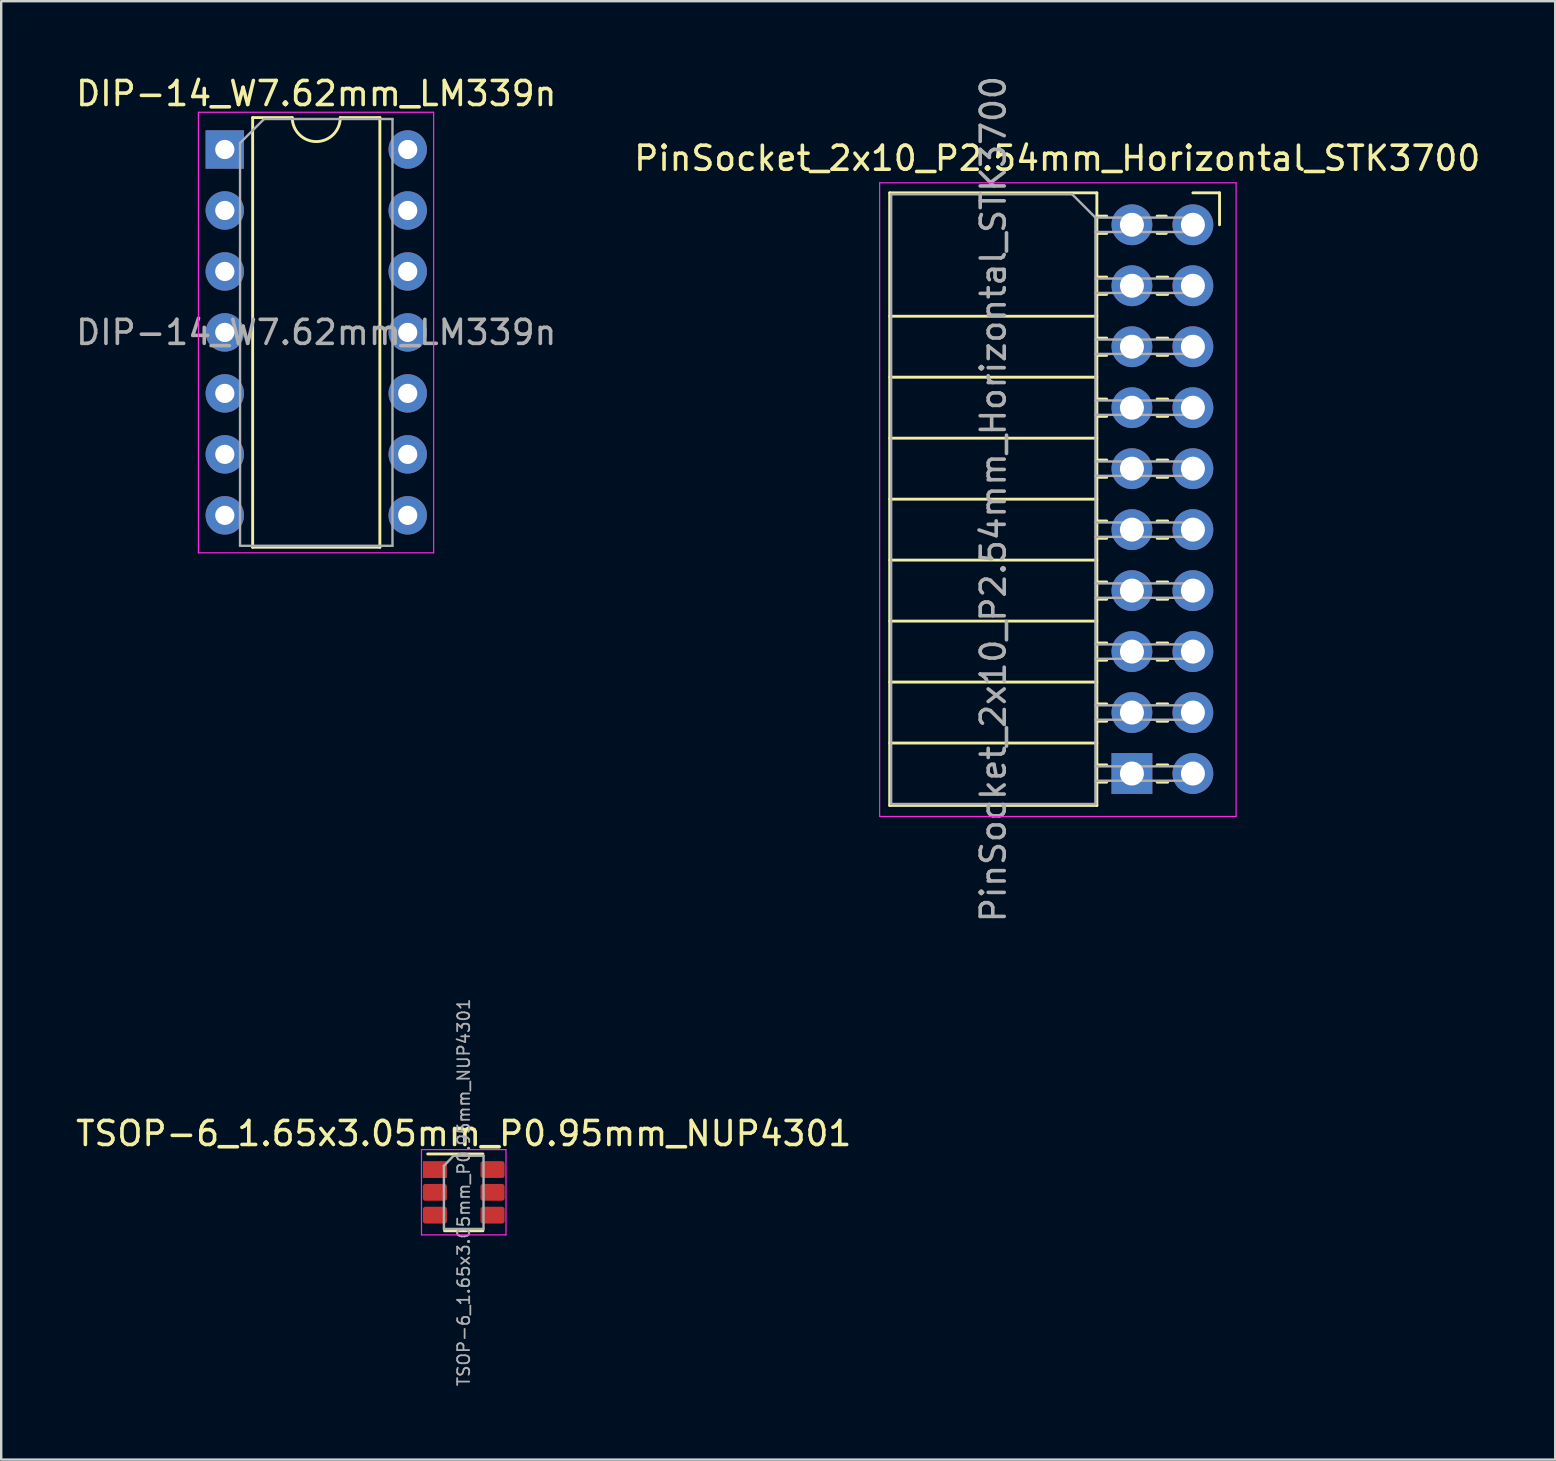
<source format=kicad_pcb>
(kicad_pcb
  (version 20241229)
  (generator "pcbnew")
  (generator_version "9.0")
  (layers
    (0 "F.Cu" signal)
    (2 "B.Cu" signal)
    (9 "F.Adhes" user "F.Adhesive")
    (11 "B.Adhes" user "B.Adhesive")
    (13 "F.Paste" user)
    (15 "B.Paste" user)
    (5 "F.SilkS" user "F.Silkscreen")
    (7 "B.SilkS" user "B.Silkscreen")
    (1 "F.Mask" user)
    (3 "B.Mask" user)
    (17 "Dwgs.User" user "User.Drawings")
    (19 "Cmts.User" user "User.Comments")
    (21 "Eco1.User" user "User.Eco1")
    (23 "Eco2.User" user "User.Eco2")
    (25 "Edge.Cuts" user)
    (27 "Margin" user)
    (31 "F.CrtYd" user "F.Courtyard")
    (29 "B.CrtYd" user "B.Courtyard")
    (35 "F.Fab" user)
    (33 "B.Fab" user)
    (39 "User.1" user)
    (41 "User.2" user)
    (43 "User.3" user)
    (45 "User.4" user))
  (footprint "DIP-14_W7.62mm_LM339n"
    (layer "F.Cu")
    (at 6.315 3.178)
    (property "Reference" "DIP-14_W7.62mm_LM339n" (at 3.81 -2.33 0) (layer "F.SilkS") (effects (font (size 1 1) (thickness 0.15))))
    (attr through_hole)
    (fp_line (start 1.16 -1.33) (end 1.16 16.57) (stroke (width 0.12) (type solid)) (layer "F.SilkS"))
    (fp_line (start 1.16 16.57) (end 6.46 16.57) (stroke (width 0.12) (type solid)) (layer "F.SilkS"))
    (fp_line (start 2.81 -1.33) (end 1.16 -1.33) (stroke (width 0.12) (type solid)) (layer "F.SilkS"))
    (fp_line (start 6.46 -1.33) (end 4.81 -1.33) (stroke (width 0.12) (type solid)) (layer "F.SilkS"))
    (fp_line (start 6.46 16.57) (end 6.46 -1.33) (stroke (width 0.12) (type solid)) (layer "F.SilkS"))
    (fp_arc (start 4.81 -1.33) (mid 3.81 -0.33) (end 2.81 -1.33) (stroke (width 0.12) (type solid)) (layer "F.SilkS"))
    (fp_line (start -1.1 -1.55) (end -1.1 16.8) (stroke (width 0.05) (type solid)) (layer "F.CrtYd"))
    (fp_line (start -1.1 16.8) (end 8.7 16.8) (stroke (width 0.05) (type solid)) (layer "F.CrtYd"))
    (fp_line (start 8.7 -1.55) (end -1.1 -1.55) (stroke (width 0.05) (type solid)) (layer "F.CrtYd"))
    (fp_line (start 8.7 16.8) (end 8.7 -1.55) (stroke (width 0.05) (type solid)) (layer "F.CrtYd"))
    (fp_line (start 0.635 -0.27) (end 1.635 -1.27) (stroke (width 0.1) (type solid)) (layer "F.Fab"))
    (fp_line (start 0.635 16.51) (end 0.635 -0.27) (stroke (width 0.1) (type solid)) (layer "F.Fab"))
    (fp_line (start 1.635 -1.27) (end 6.985 -1.27) (stroke (width 0.1) (type solid)) (layer "F.Fab"))
    (fp_line (start 6.985 -1.27) (end 6.985 16.51) (stroke (width 0.1) (type solid)) (layer "F.Fab"))
    (fp_line (start 6.985 16.51) (end 0.635 16.51) (stroke (width 0.1) (type solid)) (layer "F.Fab"))
    (fp_text user "${REFERENCE}" (at 3.81 7.62 0) (layer "F.Fab") (effects (font (size 1 1) (thickness 0.15))))
    (pad "1" thru_hole rect (at 0 0) (size 1.6 1.6) (drill 0.8) (layers "*.Cu" "*.Mask"))
    (pad "2" thru_hole oval (at 0 2.54) (size 1.6 1.6) (drill 0.8) (layers "*.Cu" "*.Mask"))
    (pad "3" thru_hole oval (at 0 5.08) (size 1.6 1.6) (drill 0.8) (layers "*.Cu" "*.Mask"))
    (pad "4" thru_hole oval (at 0 7.62) (size 1.6 1.6) (drill 0.8) (layers "*.Cu" "*.Mask"))
    (pad "5" thru_hole oval (at 0 10.16) (size 1.6 1.6) (drill 0.8) (layers "*.Cu" "*.Mask"))
    (pad "6" thru_hole oval (at 0 12.7) (size 1.6 1.6) (drill 0.8) (layers "*.Cu" "*.Mask"))
    (pad "7" thru_hole oval (at 0 15.24) (size 1.6 1.6) (drill 0.8) (layers "*.Cu" "*.Mask"))
    (pad "8" thru_hole oval (at 7.62 15.24) (size 1.6 1.6) (drill 0.8) (layers "*.Cu" "*.Mask"))
    (pad "9" thru_hole oval (at 7.62 12.7) (size 1.6 1.6) (drill 0.8) (layers "*.Cu" "*.Mask"))
    (pad "10" thru_hole oval (at 7.62 10.16) (size 1.6 1.6) (drill 0.8) (layers "*.Cu" "*.Mask"))
    (pad "11" thru_hole oval (at 7.62 7.62) (size 1.6 1.6) (drill 0.8) (layers "*.Cu" "*.Mask"))
    (pad "12" thru_hole oval (at 7.62 5.08) (size 1.6 1.6) (drill 0.8) (layers "*.Cu" "*.Mask"))
    (pad "13" thru_hole oval (at 7.62 2.54) (size 1.6 1.6) (drill 0.8) (layers "*.Cu" "*.Mask"))
    (pad "14" thru_hole oval (at 7.62 0) (size 1.6 1.6) (drill 0.8) (layers "*.Cu" "*.Mask")))
  (footprint "TSOP-6_1.65x3.05mm_P0.95mm_NUP4301"
    (layer "F.Cu")
    (at 16.268 46.622)
    (property "Reference" "TSOP-6_1.65x3.05mm_P0.95mm_NUP4301" (at 0 -2.45 0) (layer "F.SilkS") (effects (font (size 1 1) (thickness 0.15))))
    (attr smd)
    (fp_line (start -0.8 1.6) (end 0.8 1.6) (stroke (width 0.12) (type solid)) (layer "F.SilkS"))
    (fp_line (start 0.8 -1.6) (end -1.5 -1.6) (stroke (width 0.12) (type solid)) (layer "F.SilkS"))
    (fp_line (start -1.76 -1.78) (end -1.76 1.77) (stroke (width 0.05) (type solid)) (layer "F.CrtYd"))
    (fp_line (start -1.76 -1.78) (end 1.76 -1.78) (stroke (width 0.05) (type solid)) (layer "F.CrtYd"))
    (fp_line (start 1.76 1.77) (end -1.76 1.77) (stroke (width 0.05) (type solid)) (layer "F.CrtYd"))
    (fp_line (start 1.76 1.77) (end 1.76 -1.78) (stroke (width 0.05) (type solid)) (layer "F.CrtYd"))
    (fp_line (start -0.825 -1.1) (end -0.825 1.525) (stroke (width 0.1) (type solid)) (layer "F.Fab"))
    (fp_line (start -0.825 -1.1) (end -0.425 -1.525) (stroke (width 0.1) (type solid)) (layer "F.Fab"))
    (fp_line (start 0.825 -1.525) (end -0.425 -1.525) (stroke (width 0.1) (type solid)) (layer "F.Fab"))
    (fp_line (start 0.825 -1.525) (end 0.825 1.525) (stroke (width 0.1) (type solid)) (layer "F.Fab"))
    (fp_line (start 0.825 1.525) (end -0.825 1.525) (stroke (width 0.1) (type solid)) (layer "F.Fab"))
    (fp_text user "${REFERENCE}" (at 0 0 90) (layer "F.Fab") (effects (font (size 0.5 0.5) (thickness 0.075))))
    (pad "1" smd rect (at -1.2 -0.95) (size 1 0.7) (layers "F.Cu" "F.Mask" "F.Paste"))
    (pad "2" smd roundrect (at -1.2 0) (size 1 0.7) (layers "F.Cu" "F.Mask" "F.Paste") (roundrect_rratio 0.143))
    (pad "3" smd roundrect (at -1.2 0.95) (size 1 0.7) (layers "F.Cu" "F.Mask" "F.Paste") (roundrect_rratio 0.143))
    (pad "4" smd roundrect (at 1.2 0.95) (size 1 0.7) (layers "F.Cu" "F.Mask" "F.Paste") (roundrect_rratio 0.143))
    (pad "5" smd roundrect (at 1.2 0) (size 1 0.7) (layers "F.Cu" "F.Mask" "F.Paste") (roundrect_rratio 0.143))
    (pad "6" smd roundrect (at 1.2 -0.95) (size 1 0.7) (layers "F.Cu" "F.Mask" "F.Paste") (roundrect_rratio 0.143)))
  (footprint "PinSocket_2x10_P2.54mm_Horizontal_STK3700"
    (layer "F.Cu")
    (at 46.644 6.314)
    (property "Reference" "PinSocket_2x10_P2.54mm_Horizontal_STK3700" (at -5.65 -2.77 0) (layer "F.SilkS") (effects (font (size 1 1) (thickness 0.15))))
    (attr through_hole)
    (fp_line (start -12.63 -1.33) (end -12.63 24.19) (stroke (width 0.12) (type solid)) (layer "F.SilkS"))
    (fp_line (start -12.63 -1.33) (end -4 -1.33) (stroke (width 0.12) (type solid)) (layer "F.SilkS"))
    (fp_line (start -12.63 3.81) (end -4 3.81) (stroke (width 0.12) (type solid)) (layer "F.SilkS"))
    (fp_line (start -12.63 6.35) (end -4 6.35) (stroke (width 0.12) (type solid)) (layer "F.SilkS"))
    (fp_line (start -12.63 8.89) (end -4 8.89) (stroke (width 0.12) (type solid)) (layer "F.SilkS"))
    (fp_line (start -12.63 11.43) (end -4 11.43) (stroke (width 0.12) (type solid)) (layer "F.SilkS"))
    (fp_line (start -12.63 13.97) (end -4 13.97) (stroke (width 0.12) (type solid)) (layer "F.SilkS"))
    (fp_line (start -12.63 16.51) (end -4 16.51) (stroke (width 0.12) (type solid)) (layer "F.SilkS"))
    (fp_line (start -12.63 19.05) (end -4 19.05) (stroke (width 0.12) (type solid)) (layer "F.SilkS"))
    (fp_line (start -12.63 21.59) (end -4 21.59) (stroke (width 0.12) (type solid)) (layer "F.SilkS"))
    (fp_line (start -12.63 24.19) (end -4 24.19) (stroke (width 0.12) (type solid)) (layer "F.SilkS"))
    (fp_line (start -4 -1.33) (end -4 24.19) (stroke (width 0.12) (type solid)) (layer "F.SilkS"))
    (fp_line (start -4 -0.36) (end -3.59 -0.36) (stroke (width 0.12) (type solid)) (layer "F.SilkS"))
    (fp_line (start -4 0.36) (end -3.59 0.36) (stroke (width 0.12) (type solid)) (layer "F.SilkS"))
    (fp_line (start -4 2.18) (end -3.59 2.18) (stroke (width 0.12) (type solid)) (layer "F.SilkS"))
    (fp_line (start -4 2.9) (end -3.59 2.9) (stroke (width 0.12) (type solid)) (layer "F.SilkS"))
    (fp_line (start -4 4.72) (end -3.59 4.72) (stroke (width 0.12) (type solid)) (layer "F.SilkS"))
    (fp_line (start -4 5.44) (end -3.59 5.44) (stroke (width 0.12) (type solid)) (layer "F.SilkS"))
    (fp_line (start -4 7.26) (end -3.59 7.26) (stroke (width 0.12) (type solid)) (layer "F.SilkS"))
    (fp_line (start -4 7.98) (end -3.59 7.98) (stroke (width 0.12) (type solid)) (layer "F.SilkS"))
    (fp_line (start -4 9.8) (end -3.59 9.8) (stroke (width 0.12) (type solid)) (layer "F.SilkS"))
    (fp_line (start -4 10.52) (end -3.59 10.52) (stroke (width 0.12) (type solid)) (layer "F.SilkS"))
    (fp_line (start -4 12.34) (end -3.59 12.34) (stroke (width 0.12) (type solid)) (layer "F.SilkS"))
    (fp_line (start -4 13.06) (end -3.59 13.06) (stroke (width 0.12) (type solid)) (layer "F.SilkS"))
    (fp_line (start -4 14.88) (end -3.59 14.88) (stroke (width 0.12) (type solid)) (layer "F.SilkS"))
    (fp_line (start -4 15.6) (end -3.59 15.6) (stroke (width 0.12) (type solid)) (layer "F.SilkS"))
    (fp_line (start -4 17.42) (end -3.59 17.42) (stroke (width 0.12) (type solid)) (layer "F.SilkS"))
    (fp_line (start -4 18.14) (end -3.59 18.14) (stroke (width 0.12) (type solid)) (layer "F.SilkS"))
    (fp_line (start -4 19.96) (end -3.59 19.96) (stroke (width 0.12) (type solid)) (layer "F.SilkS"))
    (fp_line (start -4 20.68) (end -3.59 20.68) (stroke (width 0.12) (type solid)) (layer "F.SilkS"))
    (fp_line (start -4 22.5) (end -3.59 22.5) (stroke (width 0.12) (type solid)) (layer "F.SilkS"))
    (fp_line (start -4 23.22) (end -3.59 23.22) (stroke (width 0.12) (type solid)) (layer "F.SilkS"))
    (fp_line (start -1.49 -0.36) (end -1.11 -0.36) (stroke (width 0.12) (type solid)) (layer "F.SilkS"))
    (fp_line (start -1.49 0.36) (end -1.11 0.36) (stroke (width 0.12) (type solid)) (layer "F.SilkS"))
    (fp_line (start -1.49 2.18) (end -1.05 2.18) (stroke (width 0.12) (type solid)) (layer "F.SilkS"))
    (fp_line (start -1.49 2.9) (end -1.05 2.9) (stroke (width 0.12) (type solid)) (layer "F.SilkS"))
    (fp_line (start -1.49 4.72) (end -1.05 4.72) (stroke (width 0.12) (type solid)) (layer "F.SilkS"))
    (fp_line (start -1.49 5.44) (end -1.05 5.44) (stroke (width 0.12) (type solid)) (layer "F.SilkS"))
    (fp_line (start -1.49 7.26) (end -1.05 7.26) (stroke (width 0.12) (type solid)) (layer "F.SilkS"))
    (fp_line (start -1.49 7.98) (end -1.05 7.98) (stroke (width 0.12) (type solid)) (layer "F.SilkS"))
    (fp_line (start -1.49 9.8) (end -1.05 9.8) (stroke (width 0.12) (type solid)) (layer "F.SilkS"))
    (fp_line (start -1.49 10.52) (end -1.05 10.52) (stroke (width 0.12) (type solid)) (layer "F.SilkS"))
    (fp_line (start -1.49 12.34) (end -1.05 12.34) (stroke (width 0.12) (type solid)) (layer "F.SilkS"))
    (fp_line (start -1.49 13.06) (end -1.05 13.06) (stroke (width 0.12) (type solid)) (layer "F.SilkS"))
    (fp_line (start -1.49 14.88) (end -1.05 14.88) (stroke (width 0.12) (type solid)) (layer "F.SilkS"))
    (fp_line (start -1.49 15.6) (end -1.05 15.6) (stroke (width 0.12) (type solid)) (layer "F.SilkS"))
    (fp_line (start -1.49 17.42) (end -1.05 17.42) (stroke (width 0.12) (type solid)) (layer "F.SilkS"))
    (fp_line (start -1.49 18.14) (end -1.05 18.14) (stroke (width 0.12) (type solid)) (layer "F.SilkS"))
    (fp_line (start -1.49 19.96) (end -1.05 19.96) (stroke (width 0.12) (type solid)) (layer "F.SilkS"))
    (fp_line (start -1.49 20.68) (end -1.05 20.68) (stroke (width 0.12) (type solid)) (layer "F.SilkS"))
    (fp_line (start -1.49 22.5) (end -1.05 22.5) (stroke (width 0.12) (type solid)) (layer "F.SilkS"))
    (fp_line (start -1.49 23.22) (end -1.05 23.22) (stroke (width 0.12) (type solid)) (layer "F.SilkS"))
    (fp_line (start 0 -1.33) (end 1.11 -1.33) (stroke (width 0.12) (type solid)) (layer "F.SilkS"))
    (fp_line (start 1.11 -1.33) (end 1.11 0) (stroke (width 0.12) (type solid)) (layer "F.SilkS"))
    (fp_line (start -13.05 -1.75) (end -13.05 24.65) (stroke (width 0.05) (type solid)) (layer "F.CrtYd"))
    (fp_line (start -13.05 24.65) (end 1.8 24.65) (stroke (width 0.05) (type solid)) (layer "F.CrtYd"))
    (fp_line (start 1.8 -1.75) (end -13.05 -1.75) (stroke (width 0.05) (type solid)) (layer "F.CrtYd"))
    (fp_line (start 1.8 24.65) (end 1.8 -1.75) (stroke (width 0.05) (type solid)) (layer "F.CrtYd"))
    (fp_line (start -12.57 -1.27) (end -5.03 -1.27) (stroke (width 0.1) (type solid)) (layer "F.Fab"))
    (fp_line (start -12.57 24.13) (end -12.57 -1.27) (stroke (width 0.1) (type solid)) (layer "F.Fab"))
    (fp_line (start -5.03 -1.27) (end -4.06 -0.3) (stroke (width 0.1) (type solid)) (layer "F.Fab"))
    (fp_line (start -4.06 -0.3) (end -4.06 24.13) (stroke (width 0.1) (type solid)) (layer "F.Fab"))
    (fp_line (start -4.06 0.3) (end 0 0.3) (stroke (width 0.1) (type solid)) (layer "F.Fab"))
    (fp_line (start -4.06 2.84) (end 0 2.84) (stroke (width 0.1) (type solid)) (layer "F.Fab"))
    (fp_line (start -4.06 5.38) (end 0 5.38) (stroke (width 0.1) (type solid)) (layer "F.Fab"))
    (fp_line (start -4.06 7.92) (end 0 7.92) (stroke (width 0.1) (type solid)) (layer "F.Fab"))
    (fp_line (start -4.06 10.46) (end 0 10.46) (stroke (width 0.1) (type solid)) (layer "F.Fab"))
    (fp_line (start -4.06 13) (end 0 13) (stroke (width 0.1) (type solid)) (layer "F.Fab"))
    (fp_line (start -4.06 15.54) (end 0 15.54) (stroke (width 0.1) (type solid)) (layer "F.Fab"))
    (fp_line (start -4.06 18.08) (end 0 18.08) (stroke (width 0.1) (type solid)) (layer "F.Fab"))
    (fp_line (start -4.06 20.62) (end 0 20.62) (stroke (width 0.1) (type solid)) (layer "F.Fab"))
    (fp_line (start -4.06 23.16) (end 0 23.16) (stroke (width 0.1) (type solid)) (layer "F.Fab"))
    (fp_line (start -4.06 24.13) (end -12.57 24.13) (stroke (width 0.1) (type solid)) (layer "F.Fab"))
    (fp_line (start 0 -0.3) (end -4.06 -0.3) (stroke (width 0.1) (type solid)) (layer "F.Fab"))
    (fp_line (start 0 0.3) (end 0 -0.3) (stroke (width 0.1) (type solid)) (layer "F.Fab"))
    (fp_line (start 0 2.24) (end -4.06 2.24) (stroke (width 0.1) (type solid)) (layer "F.Fab"))
    (fp_line (start 0 2.84) (end 0 2.24) (stroke (width 0.1) (type solid)) (layer "F.Fab"))
    (fp_line (start 0 4.78) (end -4.06 4.78) (stroke (width 0.1) (type solid)) (layer "F.Fab"))
    (fp_line (start 0 5.38) (end 0 4.78) (stroke (width 0.1) (type solid)) (layer "F.Fab"))
    (fp_line (start 0 7.32) (end -4.06 7.32) (stroke (width 0.1) (type solid)) (layer "F.Fab"))
    (fp_line (start 0 7.92) (end 0 7.32) (stroke (width 0.1) (type solid)) (layer "F.Fab"))
    (fp_line (start 0 9.86) (end -4.06 9.86) (stroke (width 0.1) (type solid)) (layer "F.Fab"))
    (fp_line (start 0 10.46) (end 0 9.86) (stroke (width 0.1) (type solid)) (layer "F.Fab"))
    (fp_line (start 0 12.4) (end -4.06 12.4) (stroke (width 0.1) (type solid)) (layer "F.Fab"))
    (fp_line (start 0 13) (end 0 12.4) (stroke (width 0.1) (type solid)) (layer "F.Fab"))
    (fp_line (start 0 14.94) (end -4.06 14.94) (stroke (width 0.1) (type solid)) (layer "F.Fab"))
    (fp_line (start 0 15.54) (end 0 14.94) (stroke (width 0.1) (type solid)) (layer "F.Fab"))
    (fp_line (start 0 17.48) (end -4.06 17.48) (stroke (width 0.1) (type solid)) (layer "F.Fab"))
    (fp_line (start 0 18.08) (end 0 17.48) (stroke (width 0.1) (type solid)) (layer "F.Fab"))
    (fp_line (start 0 20.02) (end -4.06 20.02) (stroke (width 0.1) (type solid)) (layer "F.Fab"))
    (fp_line (start 0 20.62) (end 0 20.02) (stroke (width 0.1) (type solid)) (layer "F.Fab"))
    (fp_line (start 0 22.56) (end -4.06 22.56) (stroke (width 0.1) (type solid)) (layer "F.Fab"))
    (fp_line (start 0 23.16) (end 0 22.56) (stroke (width 0.1) (type solid)) (layer "F.Fab"))
    (fp_text user "${REFERENCE}" (at -8.315 11.43 90) (layer "F.Fab") (effects (font (size 1 1) (thickness 0.15))))
    (pad "1" thru_hole rect (at -2.54 22.86) (size 1.7 1.7) (drill 1) (layers "*.Cu" "*.Mask"))
    (pad "2" thru_hole oval (at 0 22.86) (size 1.7 1.7) (drill 1) (layers "*.Cu" "*.Mask"))
    (pad "3" thru_hole oval (at -2.54 20.32) (size 1.7 1.7) (drill 1) (layers "*.Cu" "*.Mask"))
    (pad "4" thru_hole oval (at 0 20.32) (size 1.7 1.7) (drill 1) (layers "*.Cu" "*.Mask"))
    (pad "5" thru_hole oval (at -2.54 17.78) (size 1.7 1.7) (drill 1) (layers "*.Cu" "*.Mask"))
    (pad "6" thru_hole oval (at 0 17.78) (size 1.7 1.7) (drill 1) (layers "*.Cu" "*.Mask"))
    (pad "7" thru_hole oval (at -2.54 15.24) (size 1.7 1.7) (drill 1) (layers "*.Cu" "*.Mask"))
    (pad "8" thru_hole oval (at 0 15.24) (size 1.7 1.7) (drill 1) (layers "*.Cu" "*.Mask"))
    (pad "9" thru_hole oval (at -2.54 12.7) (size 1.7 1.7) (drill 1) (layers "*.Cu" "*.Mask"))
    (pad "10" thru_hole oval (at 0 12.7) (size 1.7 1.7) (drill 1) (layers "*.Cu" "*.Mask"))
    (pad "11" thru_hole oval (at -2.54 10.16) (size 1.7 1.7) (drill 1) (layers "*.Cu" "*.Mask"))
    (pad "12" thru_hole oval (at 0 10.16) (size 1.7 1.7) (drill 1) (layers "*.Cu" "*.Mask"))
    (pad "13" thru_hole oval (at -2.54 7.62) (size 1.7 1.7) (drill 1) (layers "*.Cu" "*.Mask"))
    (pad "14" thru_hole oval (at 0 7.62) (size 1.7 1.7) (drill 1) (layers "*.Cu" "*.Mask"))
    (pad "15" thru_hole oval (at -2.54 5.08) (size 1.7 1.7) (drill 1) (layers "*.Cu" "*.Mask"))
    (pad "16" thru_hole oval (at 0 5.08) (size 1.7 1.7) (drill 1) (layers "*.Cu" "*.Mask"))
    (pad "17" thru_hole oval (at -2.54 2.54) (size 1.7 1.7) (drill 1) (layers "*.Cu" "*.Mask"))
    (pad "18" thru_hole oval (at 0 2.54) (size 1.7 1.7) (drill 1) (layers "*.Cu" "*.Mask"))
    (pad "19" thru_hole oval (at -2.54 0) (size 1.7 1.7) (drill 1) (layers "*.Cu" "*.Mask"))
    (pad "20" thru_hole oval (at 0 0) (size 1.7 1.7) (drill 1) (layers "*.Cu" "*.Mask")))
  (gr_rect
    (start -3 -3)
    (end 61.738 57.756)
    (stroke (width 0.1) (type default))
    (fill no)
    (layer "Edge.Cuts")))
</source>
